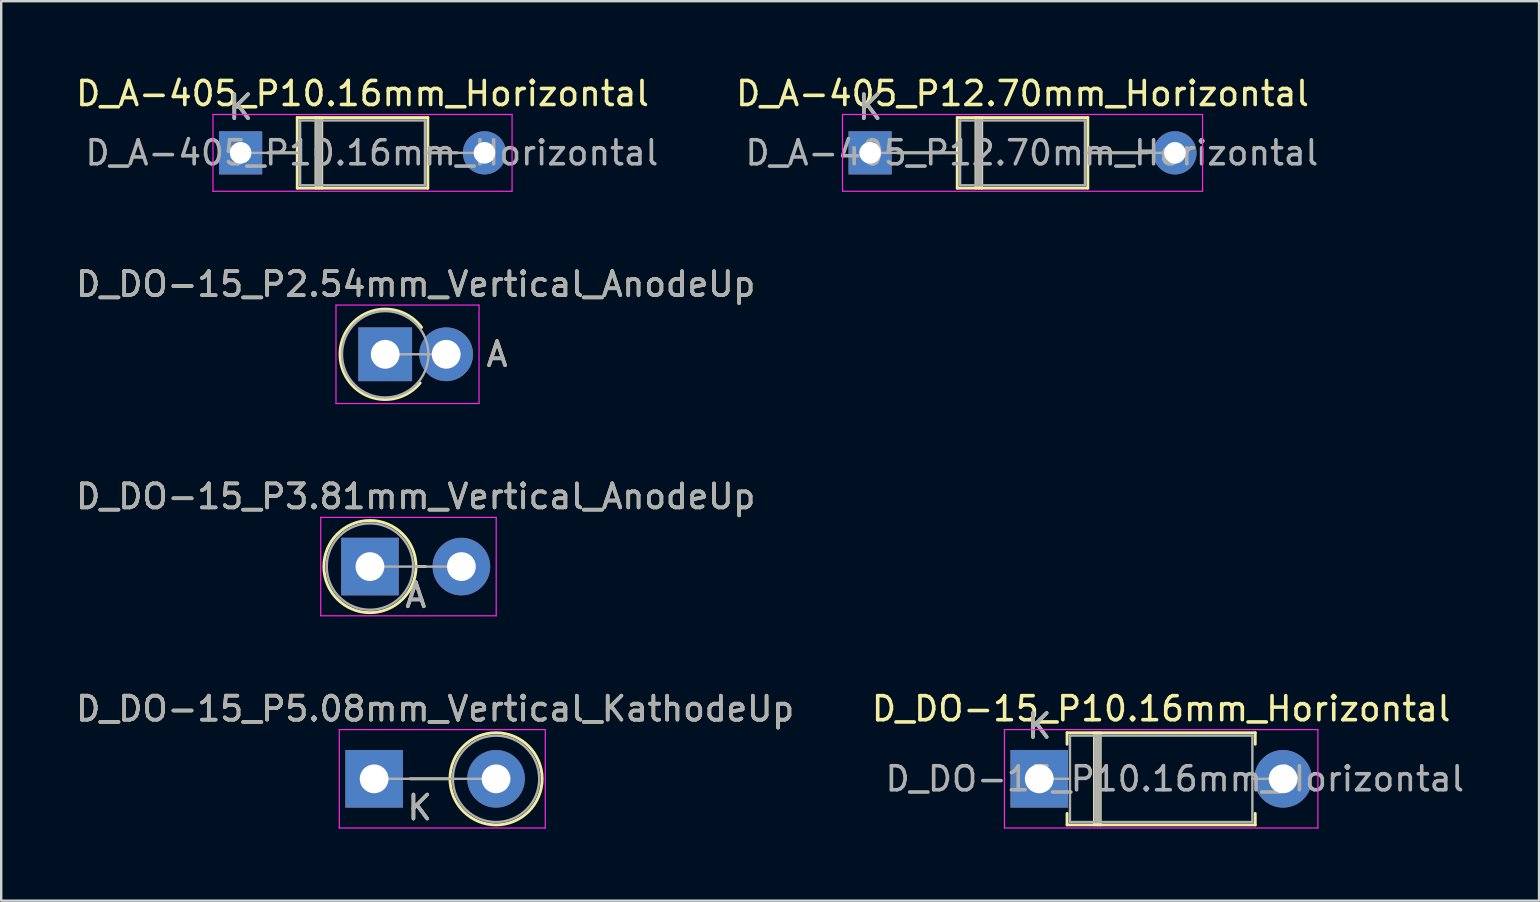
<source format=kicad_pcb>
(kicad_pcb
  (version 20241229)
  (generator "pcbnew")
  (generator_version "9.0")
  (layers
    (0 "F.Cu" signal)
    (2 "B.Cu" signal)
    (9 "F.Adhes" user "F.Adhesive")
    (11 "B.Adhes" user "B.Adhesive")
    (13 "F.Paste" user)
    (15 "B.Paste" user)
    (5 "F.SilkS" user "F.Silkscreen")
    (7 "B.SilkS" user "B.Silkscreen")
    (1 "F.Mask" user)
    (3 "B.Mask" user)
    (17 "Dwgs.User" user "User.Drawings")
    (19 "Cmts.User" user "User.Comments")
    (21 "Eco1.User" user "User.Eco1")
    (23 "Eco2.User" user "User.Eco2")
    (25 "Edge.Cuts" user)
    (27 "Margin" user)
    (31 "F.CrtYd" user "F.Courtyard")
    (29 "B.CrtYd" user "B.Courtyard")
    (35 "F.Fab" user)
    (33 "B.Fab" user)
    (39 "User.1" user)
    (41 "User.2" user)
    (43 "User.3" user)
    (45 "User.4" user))
  (footprint "D_DO-15_P2.54mm_Vertical_AnodeUp"
    (layer "F.Cu")
    (at 12.998 11.711)
    (property "Reference" "D_DO-15_P2.54mm_Vertical_AnodeUp" (at 1.27 -2.92 0) (layer "F.SilkS") (effects (font (size 1 1) (thickness 0.15))))
    (attr through_hole)
    (fp_arc (start 1.456371 1.194732) (mid -1.883124 -0.047368) (end 1.514596 -1.12) (stroke (width 0.12) (type solid)) (layer "F.SilkS"))
    (fp_line (start -2.05 -2.05) (end -2.05 2.05) (stroke (width 0.05) (type solid)) (layer "F.CrtYd"))
    (fp_line (start -2.05 2.05) (end 3.91 2.05) (stroke (width 0.05) (type solid)) (layer "F.CrtYd"))
    (fp_line (start 3.91 -2.05) (end -2.05 -2.05) (stroke (width 0.05) (type solid)) (layer "F.CrtYd"))
    (fp_line (start 3.91 2.05) (end 3.91 -2.05) (stroke (width 0.05) (type solid)) (layer "F.CrtYd"))
    (fp_line (start 0 0) (end 2.54 0) (stroke (width 0.1) (type solid)) (layer "F.Fab"))
    (fp_circle (center 0 0) (end 1.8 0) (stroke (width 0.1) (type solid)) (fill no) (layer "F.Fab"))
    (fp_text user "A" (at 4.66 0 0) (layer "F.SilkS") (effects (font (size 1 1) (thickness 0.15))))
    (fp_text user "${REFERENCE}" (at 1.27 -2.92 0) (layer "F.Fab") (effects (font (size 1 1) (thickness 0.15))))
    (fp_text user "A" (at 4.66 0 0) (layer "F.Fab") (effects (font (size 1 1) (thickness 0.15))))
    (pad "1" thru_hole rect (at 0 0) (size 2.24 2.24) (drill 1.2) (layers "*.Cu" "*.Mask"))
    (pad "2" thru_hole oval (at 2.54 0) (size 2.24 2.24) (drill 1.2) (layers "*.Cu" "*.Mask")))
  (footprint "D_DO-15_P10.16mm_Horizontal"
    (layer "F.Cu")
    (at 40.247 29.398)
    (property "Reference" "D_DO-15_P10.16mm_Horizontal" (at 5.08 -2.92 0) (layer "F.SilkS") (effects (font (size 1 1) (thickness 0.15))))
    (attr through_hole)
    (fp_line (start 1.16 -1.92) (end 9 -1.92) (stroke (width 0.12) (type solid)) (layer "F.SilkS"))
    (fp_line (start 1.16 -1.44) (end 1.16 -1.92) (stroke (width 0.12) (type solid)) (layer "F.SilkS"))
    (fp_line (start 1.16 1.44) (end 1.16 1.92) (stroke (width 0.12) (type solid)) (layer "F.SilkS"))
    (fp_line (start 1.16 1.92) (end 9 1.92) (stroke (width 0.12) (type solid)) (layer "F.SilkS"))
    (fp_line (start 2.3 -1.92) (end 2.3 1.92) (stroke (width 0.12) (type solid)) (layer "F.SilkS"))
    (fp_line (start 2.42 -1.92) (end 2.42 1.92) (stroke (width 0.12) (type solid)) (layer "F.SilkS"))
    (fp_line (start 2.54 -1.92) (end 2.54 1.92) (stroke (width 0.12) (type solid)) (layer "F.SilkS"))
    (fp_line (start 9 -1.92) (end 9 -1.44) (stroke (width 0.12) (type solid)) (layer "F.SilkS"))
    (fp_line (start 9 1.92) (end 9 1.44) (stroke (width 0.12) (type solid)) (layer "F.SilkS"))
    (fp_line (start -1.45 -2.05) (end -1.45 2.05) (stroke (width 0.05) (type solid)) (layer "F.CrtYd"))
    (fp_line (start -1.45 2.05) (end 11.61 2.05) (stroke (width 0.05) (type solid)) (layer "F.CrtYd"))
    (fp_line (start 11.61 -2.05) (end -1.45 -2.05) (stroke (width 0.05) (type solid)) (layer "F.CrtYd"))
    (fp_line (start 11.61 2.05) (end 11.61 -2.05) (stroke (width 0.05) (type solid)) (layer "F.CrtYd"))
    (fp_line (start 0 0) (end 1.28 0) (stroke (width 0.1) (type solid)) (layer "F.Fab"))
    (fp_line (start 1.28 -1.8) (end 1.28 1.8) (stroke (width 0.1) (type solid)) (layer "F.Fab"))
    (fp_line (start 1.28 1.8) (end 8.88 1.8) (stroke (width 0.1) (type solid)) (layer "F.Fab"))
    (fp_line (start 2.32 -1.8) (end 2.32 1.8) (stroke (width 0.1) (type solid)) (layer "F.Fab"))
    (fp_line (start 2.42 -1.8) (end 2.42 1.8) (stroke (width 0.1) (type solid)) (layer "F.Fab"))
    (fp_line (start 2.52 -1.8) (end 2.52 1.8) (stroke (width 0.1) (type solid)) (layer "F.Fab"))
    (fp_line (start 8.88 -1.8) (end 1.28 -1.8) (stroke (width 0.1) (type solid)) (layer "F.Fab"))
    (fp_line (start 8.88 1.8) (end 8.88 -1.8) (stroke (width 0.1) (type solid)) (layer "F.Fab"))
    (fp_line (start 10.16 0) (end 8.88 0) (stroke (width 0.1) (type solid)) (layer "F.Fab"))
    (fp_text user "K" (at 0 -2.2 0) (layer "F.SilkS") (effects (font (size 1 1) (thickness 0.15))))
    (fp_text user "${REFERENCE}" (at 5.65 0 0) (layer "F.Fab") (effects (font (size 1 1) (thickness 0.15))))
    (fp_text user "K" (at 0 -2.2 0) (layer "F.Fab") (effects (font (size 1 1) (thickness 0.15))))
    (pad "1" thru_hole rect (at 0 0) (size 2.4 2.4) (drill 1.2) (layers "*.Cu" "*.Mask"))
    (pad "2" thru_hole oval (at 10.16 0) (size 2.4 2.4) (drill 1.2) (layers "*.Cu" "*.Mask")))
  (footprint "D_DO-15_P5.08mm_Vertical_KathodeUp"
    (layer "F.Cu")
    (at 12.537 29.398)
    (property "Reference" "D_DO-15_P5.08mm_Vertical_KathodeUp" (at 2.54 -2.92 0) (layer "F.SilkS") (effects (font (size 1 1) (thickness 0.15))))
    (attr through_hole)
    (fp_line (start 3.16 0) (end 1.5 0) (stroke (width 0.12) (type solid)) (layer "F.SilkS"))
    (fp_circle (center 5.08 0) (end 7 0) (stroke (width 0.12) (type solid)) (fill no) (layer "F.SilkS"))
    (fp_line (start -1.45 -2.05) (end -1.45 2.05) (stroke (width 0.05) (type solid)) (layer "F.CrtYd"))
    (fp_line (start -1.45 2.05) (end 7.13 2.05) (stroke (width 0.05) (type solid)) (layer "F.CrtYd"))
    (fp_line (start 7.13 -2.05) (end -1.45 -2.05) (stroke (width 0.05) (type solid)) (layer "F.CrtYd"))
    (fp_line (start 7.13 2.05) (end 7.13 -2.05) (stroke (width 0.05) (type solid)) (layer "F.CrtYd"))
    (fp_line (start 0 0) (end 5.08 0) (stroke (width 0.1) (type solid)) (layer "F.Fab"))
    (fp_circle (center 5.08 0) (end 6.88 0) (stroke (width 0.1) (type solid)) (fill no) (layer "F.Fab"))
    (fp_text user "K" (at 1.9 1.2 0) (layer "F.SilkS") (effects (font (size 1 1) (thickness 0.15))))
    (fp_text user "K" (at 1.9 1.2 0) (layer "F.Fab") (effects (font (size 1 1) (thickness 0.15))))
    (fp_text user "${REFERENCE}" (at 2.54 -2.92 0) (layer "F.Fab") (effects (font (size 1 1) (thickness 0.15))))
    (pad "1" thru_hole rect (at 0 0) (size 2.4 2.4) (drill 1.2) (layers "*.Cu" "*.Mask"))
    (pad "2" thru_hole oval (at 5.08 0) (size 2.4 2.4) (drill 1.2) (layers "*.Cu" "*.Mask")))
  (footprint "D_A-405_P10.16mm_Horizontal"
    (layer "F.Cu")
    (at 6.974 3.318)
    (property "Reference" "D_A-405_P10.16mm_Horizontal" (at 5.08 -2.47 0) (layer "F.SilkS") (effects (font (size 1 1) (thickness 0.15))))
    (attr through_hole)
    (fp_line (start 1.14 0) (end 2.36 0) (stroke (width 0.12) (type solid)) (layer "F.SilkS"))
    (fp_line (start 2.36 -1.47) (end 2.36 1.47) (stroke (width 0.12) (type solid)) (layer "F.SilkS"))
    (fp_line (start 2.36 1.47) (end 7.8 1.47) (stroke (width 0.12) (type solid)) (layer "F.SilkS"))
    (fp_line (start 3.14 -1.47) (end 3.14 1.47) (stroke (width 0.12) (type solid)) (layer "F.SilkS"))
    (fp_line (start 3.26 -1.47) (end 3.26 1.47) (stroke (width 0.12) (type solid)) (layer "F.SilkS"))
    (fp_line (start 3.38 -1.47) (end 3.38 1.47) (stroke (width 0.12) (type solid)) (layer "F.SilkS"))
    (fp_line (start 7.8 -1.47) (end 2.36 -1.47) (stroke (width 0.12) (type solid)) (layer "F.SilkS"))
    (fp_line (start 7.8 1.47) (end 7.8 -1.47) (stroke (width 0.12) (type solid)) (layer "F.SilkS"))
    (fp_line (start 9.02 0) (end 7.8 0) (stroke (width 0.12) (type solid)) (layer "F.SilkS"))
    (fp_line (start -1.15 -1.6) (end -1.15 1.6) (stroke (width 0.05) (type solid)) (layer "F.CrtYd"))
    (fp_line (start -1.15 1.6) (end 11.31 1.6) (stroke (width 0.05) (type solid)) (layer "F.CrtYd"))
    (fp_line (start 11.31 -1.6) (end -1.15 -1.6) (stroke (width 0.05) (type solid)) (layer "F.CrtYd"))
    (fp_line (start 11.31 1.6) (end 11.31 -1.6) (stroke (width 0.05) (type solid)) (layer "F.CrtYd"))
    (fp_line (start 0 0) (end 2.48 0) (stroke (width 0.1) (type solid)) (layer "F.Fab"))
    (fp_line (start 2.48 -1.35) (end 2.48 1.35) (stroke (width 0.1) (type solid)) (layer "F.Fab"))
    (fp_line (start 2.48 1.35) (end 7.68 1.35) (stroke (width 0.1) (type solid)) (layer "F.Fab"))
    (fp_line (start 3.16 -1.35) (end 3.16 1.35) (stroke (width 0.1) (type solid)) (layer "F.Fab"))
    (fp_line (start 3.26 -1.35) (end 3.26 1.35) (stroke (width 0.1) (type solid)) (layer "F.Fab"))
    (fp_line (start 3.36 -1.35) (end 3.36 1.35) (stroke (width 0.1) (type solid)) (layer "F.Fab"))
    (fp_line (start 7.68 -1.35) (end 2.48 -1.35) (stroke (width 0.1) (type solid)) (layer "F.Fab"))
    (fp_line (start 7.68 1.35) (end 7.68 -1.35) (stroke (width 0.1) (type solid)) (layer "F.Fab"))
    (fp_line (start 10.16 0) (end 7.68 0) (stroke (width 0.1) (type solid)) (layer "F.Fab"))
    (fp_text user "K" (at 0 -1.9 0) (layer "F.SilkS") (effects (font (size 1 1) (thickness 0.15))))
    (fp_text user "K" (at 0 -1.9 0) (layer "F.Fab") (effects (font (size 1 1) (thickness 0.15))))
    (fp_text user "${REFERENCE}" (at 5.47 0 0) (layer "F.Fab") (effects (font (size 1 1) (thickness 0.15))))
    (pad "1" thru_hole rect (at 0 0) (size 1.8 1.8) (drill 0.9) (layers "*.Cu" "*.Mask"))
    (pad "2" thru_hole oval (at 10.16 0) (size 1.8 1.8) (drill 0.9) (layers "*.Cu" "*.Mask")))
  (footprint "D_DO-15_P3.81mm_Vertical_AnodeUp"
    (layer "F.Cu")
    (at 12.363 20.555)
    (property "Reference" "D_DO-15_P3.81mm_Vertical_AnodeUp" (at 1.905 -2.92 0) (layer "F.SilkS") (effects (font (size 1 1) (thickness 0.15))))
    (attr through_hole)
    (fp_line (start 1.92 0) (end 2.31 0) (stroke (width 0.12) (type solid)) (layer "F.SilkS"))
    (fp_circle (center 0 0) (end 1.92 0) (stroke (width 0.12) (type solid)) (fill no) (layer "F.SilkS"))
    (fp_line (start -2.05 -2.05) (end -2.05 2.05) (stroke (width 0.05) (type solid)) (layer "F.CrtYd"))
    (fp_line (start -2.05 2.05) (end 5.26 2.05) (stroke (width 0.05) (type solid)) (layer "F.CrtYd"))
    (fp_line (start 5.26 -2.05) (end -2.05 -2.05) (stroke (width 0.05) (type solid)) (layer "F.CrtYd"))
    (fp_line (start 5.26 2.05) (end 5.26 -2.05) (stroke (width 0.05) (type solid)) (layer "F.CrtYd"))
    (fp_line (start 0 0) (end 3.81 0) (stroke (width 0.1) (type solid)) (layer "F.Fab"))
    (fp_circle (center 0 0) (end 1.8 0) (stroke (width 0.1) (type solid)) (fill no) (layer "F.Fab"))
    (fp_text user "A" (at 1.91 1.2 0) (layer "F.SilkS") (effects (font (size 1 1) (thickness 0.15))))
    (fp_text user "${REFERENCE}" (at 1.905 -2.92 0) (layer "F.Fab") (effects (font (size 1 1) (thickness 0.15))))
    (fp_text user "A" (at 1.91 1.2 0) (layer "F.Fab") (effects (font (size 1 1) (thickness 0.15))))
    (pad "1" thru_hole rect (at 0 0) (size 2.4 2.4) (drill 1.2) (layers "*.Cu" "*.Mask"))
    (pad "2" thru_hole oval (at 3.81 0) (size 2.4 2.4) (drill 1.2) (layers "*.Cu" "*.Mask")))
  (footprint "D_A-405_P12.70mm_Horizontal"
    (layer "F.Cu")
    (at 33.201 3.318)
    (property "Reference" "D_A-405_P12.70mm_Horizontal" (at 6.35 -2.47 0) (layer "F.SilkS") (effects (font (size 1 1) (thickness 0.15))))
    (attr through_hole)
    (fp_line (start 1.14 0) (end 3.63 0) (stroke (width 0.12) (type solid)) (layer "F.SilkS"))
    (fp_line (start 3.63 -1.47) (end 3.63 1.47) (stroke (width 0.12) (type solid)) (layer "F.SilkS"))
    (fp_line (start 3.63 1.47) (end 9.07 1.47) (stroke (width 0.12) (type solid)) (layer "F.SilkS"))
    (fp_line (start 4.41 -1.47) (end 4.41 1.47) (stroke (width 0.12) (type solid)) (layer "F.SilkS"))
    (fp_line (start 4.53 -1.47) (end 4.53 1.47) (stroke (width 0.12) (type solid)) (layer "F.SilkS"))
    (fp_line (start 4.65 -1.47) (end 4.65 1.47) (stroke (width 0.12) (type solid)) (layer "F.SilkS"))
    (fp_line (start 9.07 -1.47) (end 3.63 -1.47) (stroke (width 0.12) (type solid)) (layer "F.SilkS"))
    (fp_line (start 9.07 1.47) (end 9.07 -1.47) (stroke (width 0.12) (type solid)) (layer "F.SilkS"))
    (fp_line (start 11.56 0) (end 9.07 0) (stroke (width 0.12) (type solid)) (layer "F.SilkS"))
    (fp_line (start -1.15 -1.6) (end -1.15 1.6) (stroke (width 0.05) (type solid)) (layer "F.CrtYd"))
    (fp_line (start -1.15 1.6) (end 13.85 1.6) (stroke (width 0.05) (type solid)) (layer "F.CrtYd"))
    (fp_line (start 13.85 -1.6) (end -1.15 -1.6) (stroke (width 0.05) (type solid)) (layer "F.CrtYd"))
    (fp_line (start 13.85 1.6) (end 13.85 -1.6) (stroke (width 0.05) (type solid)) (layer "F.CrtYd"))
    (fp_line (start 0 0) (end 3.75 0) (stroke (width 0.1) (type solid)) (layer "F.Fab"))
    (fp_line (start 3.75 -1.35) (end 3.75 1.35) (stroke (width 0.1) (type solid)) (layer "F.Fab"))
    (fp_line (start 3.75 1.35) (end 8.95 1.35) (stroke (width 0.1) (type solid)) (layer "F.Fab"))
    (fp_line (start 4.43 -1.35) (end 4.43 1.35) (stroke (width 0.1) (type solid)) (layer "F.Fab"))
    (fp_line (start 4.53 -1.35) (end 4.53 1.35) (stroke (width 0.1) (type solid)) (layer "F.Fab"))
    (fp_line (start 4.63 -1.35) (end 4.63 1.35) (stroke (width 0.1) (type solid)) (layer "F.Fab"))
    (fp_line (start 8.95 -1.35) (end 3.75 -1.35) (stroke (width 0.1) (type solid)) (layer "F.Fab"))
    (fp_line (start 8.95 1.35) (end 8.95 -1.35) (stroke (width 0.1) (type solid)) (layer "F.Fab"))
    (fp_line (start 12.7 0) (end 8.95 0) (stroke (width 0.1) (type solid)) (layer "F.Fab"))
    (fp_text user "K" (at 0 -1.9 0) (layer "F.SilkS") (effects (font (size 1 1) (thickness 0.15))))
    (fp_text user "${REFERENCE}" (at 6.74 0 0) (layer "F.Fab") (effects (font (size 1 1) (thickness 0.15))))
    (fp_text user "K" (at 0 -1.9 0) (layer "F.Fab") (effects (font (size 1 1) (thickness 0.15))))
    (pad "1" thru_hole rect (at 0 0) (size 1.8 1.8) (drill 0.9) (layers "*.Cu" "*.Mask"))
    (pad "2" thru_hole oval (at 12.7 0) (size 1.8 1.8) (drill 0.9) (layers "*.Cu" "*.Mask")))
  (gr_rect
    (start -3 -3)
    (end 61.07 34.473)
    (stroke (width 0.1) (type default))
    (fill no)
    (layer "Edge.Cuts")))
</source>
